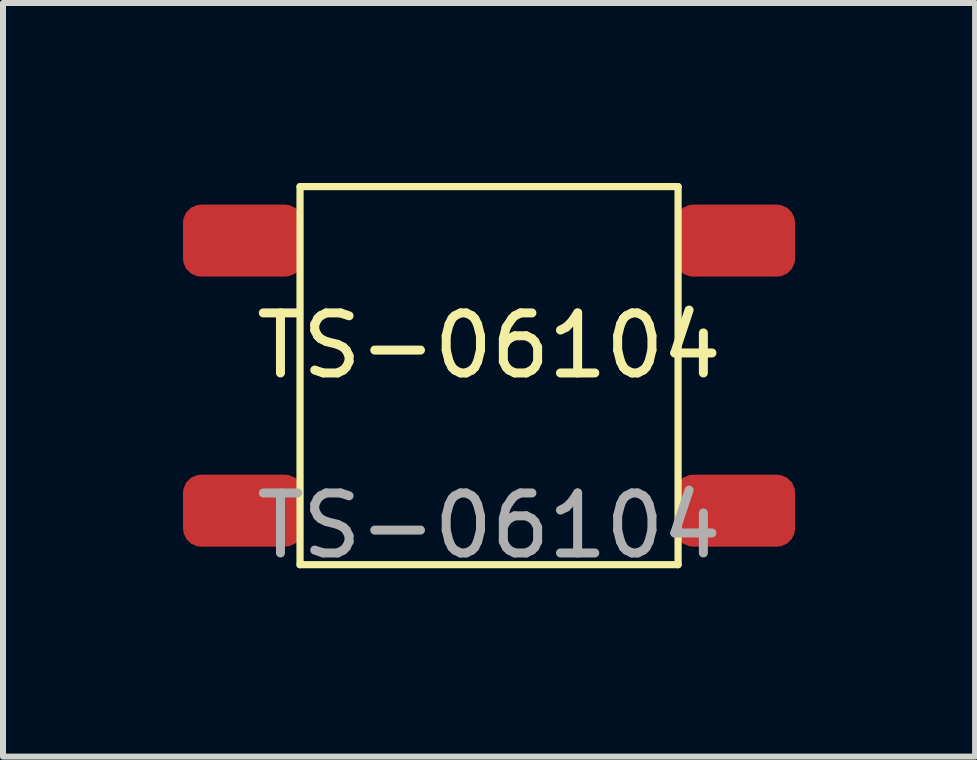
<source format=kicad_pcb>
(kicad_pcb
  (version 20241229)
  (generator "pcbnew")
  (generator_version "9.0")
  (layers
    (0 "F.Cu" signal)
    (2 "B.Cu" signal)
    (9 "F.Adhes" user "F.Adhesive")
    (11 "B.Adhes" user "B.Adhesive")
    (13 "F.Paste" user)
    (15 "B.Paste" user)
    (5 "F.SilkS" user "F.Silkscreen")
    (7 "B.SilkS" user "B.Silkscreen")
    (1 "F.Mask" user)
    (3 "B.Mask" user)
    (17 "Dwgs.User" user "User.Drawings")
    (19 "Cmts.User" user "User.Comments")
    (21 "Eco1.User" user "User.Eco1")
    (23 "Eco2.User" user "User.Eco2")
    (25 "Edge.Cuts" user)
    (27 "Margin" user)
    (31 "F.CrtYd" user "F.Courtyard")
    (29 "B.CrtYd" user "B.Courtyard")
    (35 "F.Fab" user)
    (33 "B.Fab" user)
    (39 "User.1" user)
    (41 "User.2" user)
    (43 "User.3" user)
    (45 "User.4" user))
  (footprint "TS-06104"
    (layer "F.Cu")
    (at 5.1 3.21)
    (property "Reference" "TS-06104" (at 0 -0.5 0) (unlocked yes) (layer "F.SilkS") (effects (font (size 1 1) (thickness 0.15))))
    (attr smd)
    (fp_line (start -3.15 -3.15) (end 3.15 -3.15) (stroke (width 0.12) (type solid)) (layer "F.SilkS"))
    (fp_line (start -3.15 3.15) (end -3.15 -3.15) (stroke (width 0.12) (type solid)) (layer "F.SilkS"))
    (fp_line (start 3.15 -3.15) (end 3.15 3.15) (stroke (width 0.12) (type solid)) (layer "F.SilkS"))
    (fp_line (start 3.15 3.15) (end -3.15 3.15) (stroke (width 0.12) (type solid)) (layer "F.SilkS"))
    (fp_text user "${REFERENCE}" (at 0 2.5 0) (unlocked yes) (layer "F.Fab") (effects (font (size 1 1) (thickness 0.15))))
    (pad "A1" smd roundrect (at 4.1 -2.25) (size 2 1.2) (layers "F.Cu" "F.Mask" "F.Paste") (roundrect_rratio 0.25))
    (pad "B1" smd roundrect (at -4.1 -2.25) (size 2 1.2) (layers "F.Cu" "F.Mask" "F.Paste") (roundrect_rratio 0.25))
    (pad "C1" smd roundrect (at 4.1 2.25) (size 2 1.2) (layers "F.Cu" "F.Mask" "F.Paste") (roundrect_rratio 0.25))
    (pad "D1" smd roundrect (at -4.1 2.25) (size 2 1.2) (layers "F.Cu" "F.Mask" "F.Paste") (roundrect_rratio 0.25)))
  (gr_rect
    (start -3 -3)
    (end 13.2 9.558)
    (stroke (width 0.1) (type default))
    (fill no)
    (layer "Edge.Cuts")))
</source>
